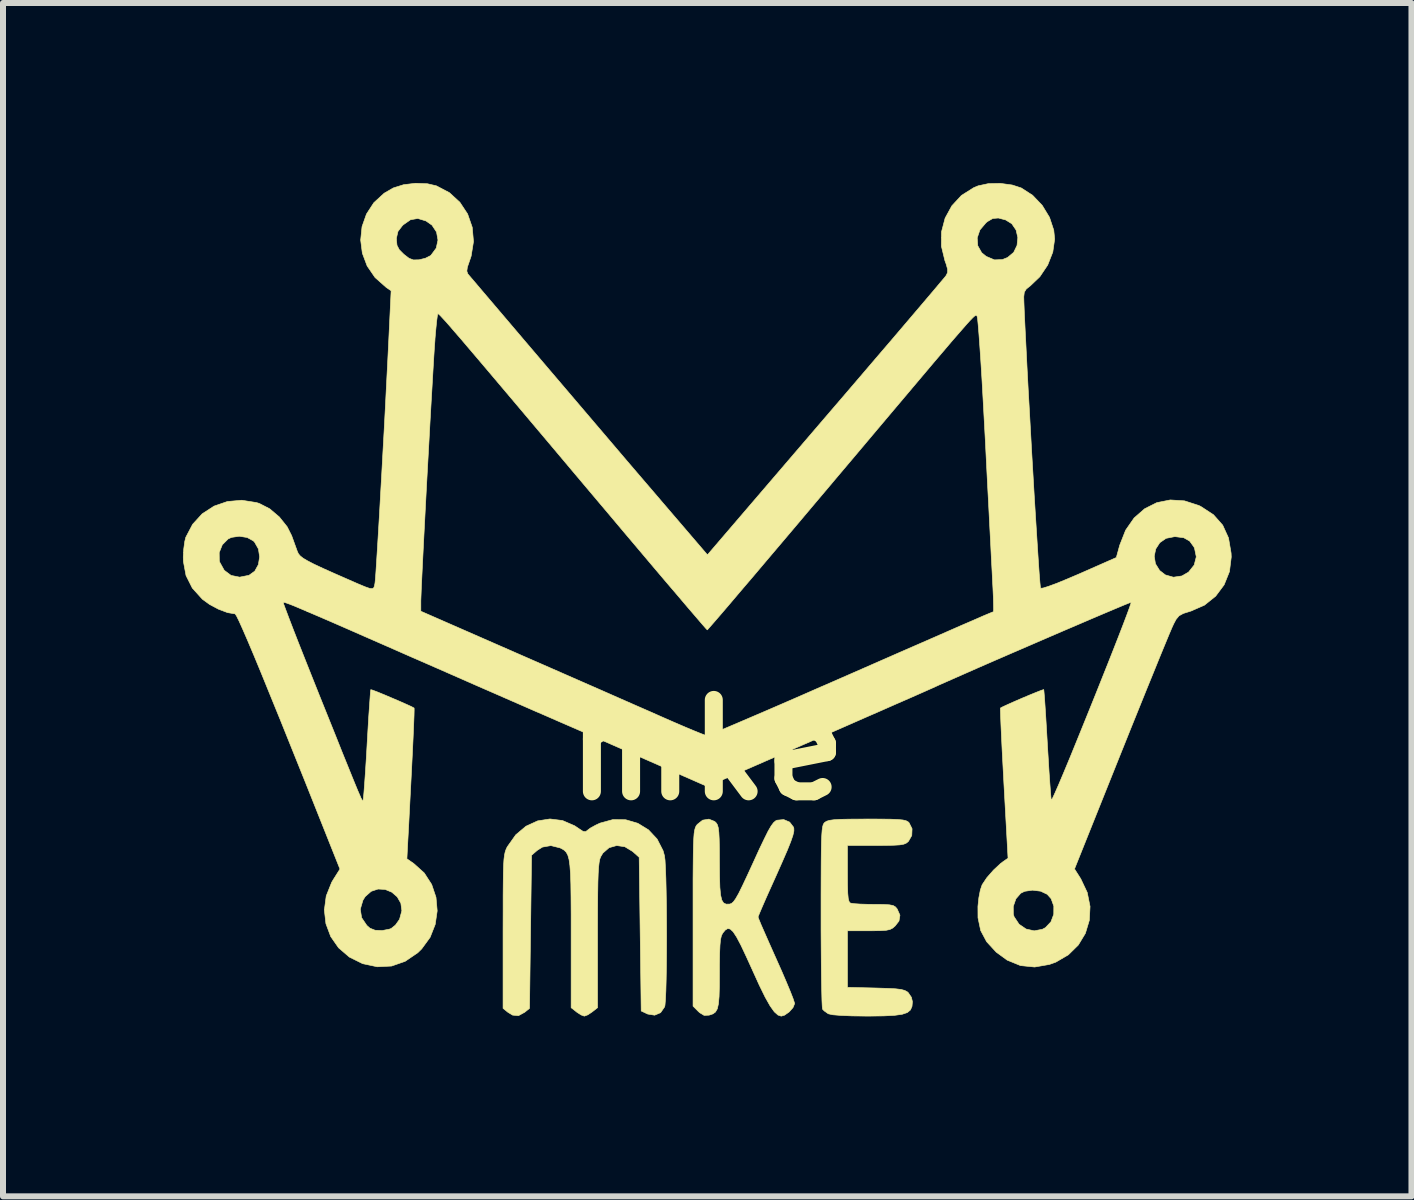
<source format=kicad_pcb>
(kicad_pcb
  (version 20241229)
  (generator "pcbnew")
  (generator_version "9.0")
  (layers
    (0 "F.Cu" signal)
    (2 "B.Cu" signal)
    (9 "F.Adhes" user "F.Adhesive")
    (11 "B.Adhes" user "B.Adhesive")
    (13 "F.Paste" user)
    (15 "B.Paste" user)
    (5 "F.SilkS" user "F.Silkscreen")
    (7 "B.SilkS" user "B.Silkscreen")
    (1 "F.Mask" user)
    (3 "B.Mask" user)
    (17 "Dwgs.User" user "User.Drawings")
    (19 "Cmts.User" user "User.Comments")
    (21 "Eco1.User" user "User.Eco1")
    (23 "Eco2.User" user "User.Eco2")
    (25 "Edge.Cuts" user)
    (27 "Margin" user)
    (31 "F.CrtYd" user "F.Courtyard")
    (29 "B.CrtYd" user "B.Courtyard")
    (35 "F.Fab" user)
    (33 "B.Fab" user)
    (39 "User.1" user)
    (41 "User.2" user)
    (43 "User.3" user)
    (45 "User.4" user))
  (footprint "mke"
    (layer "F.Cu")
    (at 8.74 9.452)
    (property "Reference" "mke" (at 0 0 0) (layer "F.SilkS") (effects (font (size 1.524 1.524) (thickness 0.3))))
    (attr through_hole)
    (fp_poly (pts (xy 2.891 1.152) (xy 3.059 1.154) (xy 3.179 1.159) (xy 3.261 1.167) (xy 3.313 1.179) (xy 3.347 1.197) (xy 3.364 1.213) (xy 3.414 1.313) (xy 3.409 1.426) (xy 3.353 1.524) (xy 3.32 1.551) (xy 3.277 1.57) (xy 3.211 1.582) (xy 3.111 1.588) (xy 2.965 1.591) (xy 2.811 1.592) (xy 2.337 1.592) (xy 2.337 2.062) (xy 2.338 2.254) (xy 2.342 2.388) (xy 2.35 2.475) (xy 2.363 2.525) (xy 2.382 2.549) (xy 2.39 2.553) (xy 2.446 2.562) (xy 2.552 2.569) (xy 2.69 2.573) (xy 2.778 2.574) (xy 2.933 2.575) (xy 3.035 2.581) (xy 3.098 2.593) (xy 3.137 2.616) (xy 3.165 2.649) (xy 3.212 2.754) (xy 3.196 2.851) (xy 3.134 2.931) (xy 3.092 2.968) (xy 3.046 2.992) (xy 2.981 3.006) (xy 2.881 3.012) (xy 2.732 3.014) (xy 2.694 3.014) (xy 2.337 3.014) (xy 2.337 3.957) (xy 2.807 3.968) (xy 3 3.974) (xy 3.138 3.981) (xy 3.231 3.992) (xy 3.293 4.009) (xy 3.335 4.032) (xy 3.349 4.044) (xy 3.403 4.123) (xy 3.42 4.196) (xy 3.413 4.274) (xy 3.387 4.334) (xy 3.335 4.377) (xy 3.249 4.406) (xy 3.12 4.424) (xy 2.941 4.433) (xy 2.704 4.436) (xy 2.652 4.436) (xy 2.413 4.433) (xy 2.224 4.425) (xy 2.091 4.414) (xy 2.019 4.398) (xy 2.015 4.396) (xy 1.95 4.35) (xy 1.922 4.321) (xy 1.917 4.28) (xy 1.912 4.179) (xy 1.908 4.024) (xy 1.904 3.822) (xy 1.901 3.581) (xy 1.899 3.307) (xy 1.897 3.007) (xy 1.897 2.774) (xy 1.897 2.414) (xy 1.898 2.115) (xy 1.899 1.872) (xy 1.901 1.679) (xy 1.904 1.529) (xy 1.909 1.417) (xy 1.915 1.336) (xy 1.923 1.281) (xy 1.933 1.244) (xy 1.946 1.221) (xy 1.958 1.208) (xy 1.989 1.188) (xy 2.036 1.173) (xy 2.11 1.163) (xy 2.219 1.156) (xy 2.374 1.153) (xy 2.584 1.152) (xy 2.664 1.151) (xy 2.891 1.152)) (stroke (width 0.01) (type solid)) (fill yes) (layer "F.SilkS"))
    (fp_poly (pts (xy -2.413 1.176) (xy -2.21 1.264) (xy -2.145 1.308) (xy -2.072 1.356) (xy -2.027 1.362) (xy -2 1.341) (xy -1.949 1.302) (xy -1.858 1.252) (xy -1.787 1.219) (xy -1.572 1.16) (xy -1.359 1.163) (xy -1.158 1.222) (xy -0.98 1.331) (xy -0.836 1.485) (xy -0.737 1.678) (xy -0.714 1.761) (xy -0.704 1.836) (xy -0.697 1.966) (xy -0.69 2.141) (xy -0.685 2.352) (xy -0.681 2.59) (xy -0.679 2.843) (xy -0.678 3.104) (xy -0.679 3.361) (xy -0.681 3.604) (xy -0.685 3.826) (xy -0.69 4.014) (xy -0.697 4.161) (xy -0.705 4.255) (xy -0.711 4.282) (xy -0.778 4.379) (xy -0.877 4.421) (xy -0.993 4.402) (xy -1.004 4.397) (xy -1.101 4.351) (xy -1.118 3.07) (xy -1.135 1.789) (xy -1.245 1.691) (xy -1.374 1.613) (xy -1.51 1.593) (xy -1.637 1.629) (xy -1.74 1.719) (xy -1.776 1.779) (xy -1.791 1.818) (xy -1.802 1.873) (xy -1.811 1.951) (xy -1.818 2.059) (xy -1.823 2.204) (xy -1.826 2.392) (xy -1.828 2.632) (xy -1.829 2.928) (xy -1.829 3.093) (xy -1.829 4.296) (xy -1.918 4.366) (xy -1.991 4.415) (xy -2.047 4.436) (xy -2.049 4.437) (xy -2.103 4.417) (xy -2.176 4.37) (xy -2.18 4.366) (xy -2.269 4.296) (xy -2.269 3.078) (xy -2.269 2.738) (xy -2.271 2.46) (xy -2.274 2.236) (xy -2.28 2.06) (xy -2.29 1.926) (xy -2.304 1.826) (xy -2.324 1.755) (xy -2.35 1.706) (xy -2.383 1.672) (xy -2.423 1.647) (xy -2.454 1.632) (xy -2.607 1.594) (xy -2.748 1.619) (xy -2.834 1.673) (xy -2.929 1.755) (xy -2.946 3.031) (xy -2.963 4.307) (xy -3.043 4.372) (xy -3.147 4.429) (xy -3.245 4.42) (xy -3.324 4.372) (xy -3.404 4.307) (xy -3.404 3.026) (xy -3.403 2.697) (xy -3.403 2.429) (xy -3.401 2.214) (xy -3.399 2.046) (xy -3.395 1.918) (xy -3.389 1.822) (xy -3.38 1.752) (xy -3.369 1.7) (xy -3.355 1.659) (xy -3.338 1.622) (xy -3.33 1.609) (xy -3.192 1.414) (xy -3.022 1.271) (xy -2.828 1.182) (xy -2.622 1.15) (xy -2.413 1.176)) (stroke (width 0.01) (type solid)) (fill yes) (layer "F.SilkS"))
    (fp_poly (pts (xy 0.123 1.191) (xy 0.147 1.213) (xy 0.168 1.245) (xy 0.183 1.295) (xy 0.193 1.372) (xy 0.199 1.486) (xy 0.202 1.649) (xy 0.203 1.867) (xy 0.205 2.108) (xy 0.21 2.288) (xy 0.222 2.417) (xy 0.242 2.502) (xy 0.272 2.55) (xy 0.314 2.57) (xy 0.369 2.569) (xy 0.374 2.569) (xy 0.405 2.558) (xy 0.437 2.53) (xy 0.475 2.477) (xy 0.524 2.391) (xy 0.586 2.265) (xy 0.668 2.091) (xy 0.765 1.88) (xy 0.869 1.652) (xy 0.952 1.479) (xy 1.015 1.352) (xy 1.065 1.266) (xy 1.106 1.211) (xy 1.141 1.181) (xy 1.162 1.171) (xy 1.274 1.16) (xy 1.373 1.202) (xy 1.436 1.284) (xy 1.443 1.305) (xy 1.444 1.351) (xy 1.428 1.422) (xy 1.392 1.527) (xy 1.334 1.672) (xy 1.25 1.865) (xy 1.156 2.077) (xy 1.066 2.277) (xy 0.986 2.455) (xy 0.921 2.604) (xy 0.874 2.714) (xy 0.849 2.776) (xy 0.847 2.785) (xy 0.86 2.822) (xy 0.897 2.912) (xy 0.955 3.044) (xy 1.028 3.21) (xy 1.113 3.401) (xy 1.151 3.486) (xy 1.241 3.688) (xy 1.32 3.872) (xy 1.385 4.028) (xy 1.431 4.146) (xy 1.454 4.217) (xy 1.456 4.229) (xy 1.429 4.295) (xy 1.365 4.367) (xy 1.288 4.421) (xy 1.233 4.437) (xy 1.179 4.419) (xy 1.118 4.365) (xy 1.048 4.267) (xy 0.965 4.12) (xy 0.867 3.92) (xy 0.763 3.691) (xy 0.651 3.445) (xy 0.562 3.256) (xy 0.49 3.12) (xy 0.432 3.031) (xy 0.383 2.985) (xy 0.341 2.977) (xy 0.3 3.002) (xy 0.257 3.054) (xy 0.256 3.056) (xy 0.236 3.096) (xy 0.221 3.16) (xy 0.212 3.256) (xy 0.206 3.394) (xy 0.203 3.584) (xy 0.203 3.709) (xy 0.202 3.939) (xy 0.197 4.111) (xy 0.186 4.233) (xy 0.167 4.316) (xy 0.137 4.368) (xy 0.095 4.399) (xy 0.036 4.419) (xy 0.027 4.421) (xy -0.053 4.424) (xy -0.127 4.379) (xy -0.151 4.357) (xy -0.237 4.27) (xy -0.237 2.8) (xy -0.237 2.446) (xy -0.237 2.153) (xy -0.235 1.916) (xy -0.233 1.727) (xy -0.23 1.581) (xy -0.225 1.471) (xy -0.219 1.391) (xy -0.21 1.335) (xy -0.199 1.295) (xy -0.186 1.267) (xy -0.169 1.244) (xy -0.167 1.241) (xy -0.077 1.17) (xy 0.027 1.153) (xy 0.123 1.191)) (stroke (width 0.01) (type solid)) (fill yes) (layer "F.SilkS"))
    (fp_poly (pts (xy -4.664 -9.439) (xy -4.515 -9.404) (xy -4.298 -9.29) (xy -4.124 -9.13) (xy -3.995 -8.935) (xy -3.918 -8.713) (xy -3.897 -8.476) (xy -3.936 -8.233) (xy -3.962 -8.156) (xy -3.999 -8.049) (xy -4.008 -7.983) (xy -3.993 -7.939) (xy -3.984 -7.927) (xy -3.954 -7.892) (xy -3.884 -7.81) (xy -3.779 -7.686) (xy -3.642 -7.525) (xy -3.477 -7.331) (xy -3.288 -7.109) (xy -3.08 -6.864) (xy -2.856 -6.601) (xy -2.657 -6.367) (xy -2.396 -6.061) (xy -2.127 -5.745) (xy -1.857 -5.428) (xy -1.592 -5.117) (xy -1.341 -4.822) (xy -1.109 -4.551) (xy -0.904 -4.312) (xy -0.734 -4.113) (xy -0.686 -4.057) (xy 0.003 -3.253) (xy 1.969 -5.547) (xy 2.261 -5.887) (xy 2.541 -6.214) (xy 2.805 -6.523) (xy 3.051 -6.81) (xy 3.275 -7.073) (xy 3.474 -7.307) (xy 3.645 -7.508) (xy 3.785 -7.673) (xy 3.889 -7.797) (xy 3.957 -7.877) (xy 3.982 -7.909) (xy 4.006 -7.959) (xy 4.006 -8.016) (xy 3.981 -8.104) (xy 3.962 -8.155) (xy 3.903 -8.398) (xy 3.904 -8.537) (xy 4.5 -8.537) (xy 4.509 -8.406) (xy 4.574 -8.29) (xy 4.65 -8.228) (xy 4.787 -8.17) (xy 4.919 -8.175) (xy 5.007 -8.21) (xy 5.108 -8.295) (xy 5.164 -8.411) (xy 5.177 -8.541) (xy 5.148 -8.667) (xy 5.077 -8.772) (xy 4.974 -8.836) (xy 4.852 -8.868) (xy 4.759 -8.86) (xy 4.67 -8.808) (xy 4.646 -8.788) (xy 4.545 -8.669) (xy 4.5 -8.537) (xy 3.904 -8.537) (xy 3.905 -8.638) (xy 3.965 -8.866) (xy 4.077 -9.071) (xy 4.237 -9.244) (xy 4.441 -9.373) (xy 4.515 -9.404) (xy 4.686 -9.441) (xy 4.886 -9.445) (xy 5.084 -9.418) (xy 5.234 -9.369) (xy 5.423 -9.247) (xy 5.584 -9.078) (xy 5.705 -8.879) (xy 5.776 -8.665) (xy 5.791 -8.517) (xy 5.76 -8.3) (xy 5.675 -8.084) (xy 5.544 -7.889) (xy 5.387 -7.739) (xy 5.318 -7.684) (xy 5.285 -7.631) (xy 5.276 -7.554) (xy 5.278 -7.476) (xy 5.287 -7.251) (xy 5.3 -6.988) (xy 5.315 -6.692) (xy 5.331 -6.37) (xy 5.349 -6.029) (xy 5.369 -5.674) (xy 5.389 -5.312) (xy 5.409 -4.95) (xy 5.43 -4.593) (xy 5.45 -4.249) (xy 5.47 -3.923) (xy 5.489 -3.622) (xy 5.506 -3.353) (xy 5.521 -3.121) (xy 5.534 -2.933) (xy 5.545 -2.796) (xy 5.553 -2.715) (xy 5.556 -2.696) (xy 5.596 -2.699) (xy 5.689 -2.728) (xy 5.828 -2.779) (xy 6.005 -2.852) (xy 6.202 -2.936) (xy 6.819 -3.208) (xy 6.825 -3.23) (xy 7.451 -3.23) (xy 7.471 -3.105) (xy 7.541 -2.992) (xy 7.637 -2.918) (xy 7.771 -2.88) (xy 7.912 -2.901) (xy 8.023 -2.965) (xy 8.117 -3.083) (xy 8.152 -3.22) (xy 8.123 -3.361) (xy 8.114 -3.382) (xy 8.041 -3.483) (xy 7.943 -3.538) (xy 7.802 -3.556) (xy 7.789 -3.556) (xy 7.648 -3.528) (xy 7.543 -3.455) (xy 7.476 -3.351) (xy 7.451 -3.23) (xy 6.825 -3.23) (xy 6.876 -3.415) (xy 6.974 -3.664) (xy 7.115 -3.867) (xy 7.291 -4.021) (xy 7.494 -4.123) (xy 7.718 -4.168) (xy 7.955 -4.153) (xy 8.196 -4.075) (xy 8.228 -4.059) (xy 8.438 -3.922) (xy 8.592 -3.748) (xy 8.689 -3.535) (xy 8.732 -3.283) (xy 8.735 -3.217) (xy 8.705 -2.974) (xy 8.616 -2.753) (xy 8.475 -2.564) (xy 8.288 -2.414) (xy 8.064 -2.316) (xy 8.051 -2.312) (xy 7.936 -2.276) (xy 7.865 -2.237) (xy 7.815 -2.177) (xy 7.775 -2.102) (xy 7.748 -2.043) (xy 7.699 -1.928) (xy 7.63 -1.761) (xy 7.543 -1.55) (xy 7.441 -1.298) (xy 7.325 -1.014) (xy 7.199 -0.702) (xy 7.064 -0.368) (xy 6.924 -0.019) (xy 6.909 0.018) (xy 6.122 1.983) (xy 6.226 2.147) (xy 6.334 2.375) (xy 6.381 2.609) (xy 6.369 2.839) (xy 6.303 3.057) (xy 6.185 3.252) (xy 6.019 3.415) (xy 5.81 3.537) (xy 5.704 3.575) (xy 5.457 3.618) (xy 5.221 3.594) (xy 4.999 3.503) (xy 4.817 3.37) (xy 4.657 3.196) (xy 4.558 3.01) (xy 4.513 2.797) (xy 4.512 2.609) (xy 4.512 2.608) (xy 5.101 2.608) (xy 5.102 2.738) (xy 5.115 2.78) (xy 5.198 2.905) (xy 5.315 2.985) (xy 5.45 3.015) (xy 5.586 2.989) (xy 5.637 2.962) (xy 5.729 2.865) (xy 5.776 2.739) (xy 5.777 2.603) (xy 5.732 2.479) (xy 5.667 2.406) (xy 5.557 2.354) (xy 5.421 2.337) (xy 5.291 2.356) (xy 5.226 2.388) (xy 5.145 2.481) (xy 5.101 2.608) (xy 4.512 2.608) (xy 4.527 2.465) (xy 4.552 2.335) (xy 4.582 2.247) (xy 4.66 2.13) (xy 4.771 2.003) (xy 4.889 1.893) (xy 4.937 1.857) (xy 5.014 1.804) (xy 4.945 0.558) (xy 4.93 0.275) (xy 4.916 0.013) (xy 4.905 -0.218) (xy 4.896 -0.413) (xy 4.89 -0.563) (xy 4.887 -0.661) (xy 4.887 -0.699) (xy 4.887 -0.699) (xy 4.924 -0.719) (xy 5.006 -0.757) (xy 5.118 -0.807) (xy 5.245 -0.862) (xy 5.373 -0.916) (xy 5.486 -0.962) (xy 5.57 -0.995) (xy 5.608 -1.007) (xy 5.609 -1.007) (xy 5.613 -0.972) (xy 5.621 -0.878) (xy 5.631 -0.734) (xy 5.643 -0.549) (xy 5.656 -0.332) (xy 5.67 -0.092) (xy 5.67 -0.087) (xy 5.685 0.154) (xy 5.698 0.372) (xy 5.711 0.558) (xy 5.722 0.703) (xy 5.73 0.799) (xy 5.735 0.836) (xy 5.735 0.836) (xy 5.753 0.81) (xy 5.793 0.724) (xy 5.857 0.579) (xy 5.941 0.38) (xy 6.046 0.128) (xy 6.169 -0.174) (xy 6.311 -0.524) (xy 6.47 -0.918) (xy 6.644 -1.354) (xy 6.67 -1.419) (xy 6.768 -1.667) (xy 6.857 -1.894) (xy 6.934 -2.093) (xy 6.996 -2.257) (xy 7.04 -2.377) (xy 7.063 -2.447) (xy 7.066 -2.462) (xy 7.034 -2.451) (xy 6.947 -2.416) (xy 6.811 -2.359) (xy 6.633 -2.284) (xy 6.421 -2.194) (xy 6.181 -2.091) (xy 5.919 -1.979) (xy 5.643 -1.86) (xy 5.359 -1.737) (xy 5.074 -1.614) (xy 4.795 -1.493) (xy 4.529 -1.377) (xy 4.282 -1.268) (xy 4.062 -1.171) (xy 3.874 -1.088) (xy 3.727 -1.021) (xy 3.708 -1.013) (xy 3.641 -0.983) (xy 3.519 -0.929) (xy 3.349 -0.854) (xy 3.14 -0.763) (xy 2.9 -0.657) (xy 2.634 -0.541) (xy 2.352 -0.417) (xy 2.06 -0.289) (xy 1.766 -0.161) (xy 1.478 -0.035) (xy 1.202 0.085) (xy 0.947 0.196) (xy 0.721 0.295) (xy 0.652 0.325) (xy -0.001 0.608) (xy -1.126 0.114) (xy -1.411 -0.011) (xy -1.699 -0.137) (xy -1.978 -0.26) (xy -2.238 -0.373) (xy -2.466 -0.472) (xy -2.651 -0.553) (xy -2.743 -0.593) (xy -2.871 -0.648) (xy -3.053 -0.728) (xy -3.28 -0.827) (xy -3.545 -0.943) (xy -3.841 -1.072) (xy -4.157 -1.211) (xy -4.487 -1.356) (xy -4.823 -1.503) (xy -4.911 -1.541) (xy -5.329 -1.725) (xy -5.69 -1.883) (xy -5.997 -2.018) (xy -6.256 -2.131) (xy -6.469 -2.223) (xy -6.642 -2.297) (xy -6.778 -2.355) (xy -6.882 -2.399) (xy -6.958 -2.429) (xy -7.011 -2.448) (xy -7.044 -2.459) (xy -7.062 -2.461) (xy -7.068 -2.459) (xy -7.059 -2.426) (xy -7.026 -2.337) (xy -6.973 -2.196) (xy -6.902 -2.011) (xy -6.815 -1.788) (xy -6.714 -1.533) (xy -6.602 -1.251) (xy -6.482 -0.95) (xy -6.473 -0.927) (xy -6.32 -0.547) (xy -6.191 -0.226) (xy -6.084 0.043) (xy -5.995 0.262) (xy -5.924 0.438) (xy -5.868 0.575) (xy -5.826 0.677) (xy -5.794 0.75) (xy -5.773 0.799) (xy -5.758 0.827) (xy -5.749 0.84) (xy -5.743 0.843) (xy -5.739 0.84) (xy -5.738 0.839) (xy -5.732 0.802) (xy -5.723 0.707) (xy -5.712 0.562) (xy -5.699 0.376) (xy -5.685 0.158) (xy -5.671 -0.082) (xy -5.671 -0.086) (xy -5.657 -0.327) (xy -5.644 -0.545) (xy -5.631 -0.73) (xy -5.621 -0.875) (xy -5.614 -0.97) (xy -5.609 -1.006) (xy -5.609 -1.006) (xy -5.577 -0.997) (xy -5.498 -0.967) (xy -5.388 -0.922) (xy -5.261 -0.868) (xy -5.132 -0.813) (xy -5.017 -0.762) (xy -4.931 -0.723) (xy -4.889 -0.7) (xy -4.887 -0.699) (xy -4.886 -0.667) (xy -4.888 -0.576) (xy -4.894 -0.424) (xy -4.903 -0.212) (xy -4.916 0.063) (xy -4.933 0.401) (xy -4.954 0.804) (xy -4.978 1.273) (xy -4.992 1.525) (xy -5.007 1.814) (xy -4.893 1.893) (xy -4.718 2.05) (xy -4.594 2.242) (xy -4.522 2.456) (xy -4.502 2.682) (xy -4.535 2.908) (xy -4.62 3.123) (xy -4.76 3.315) (xy -4.826 3.38) (xy -5.036 3.523) (xy -5.262 3.602) (xy -5.501 3.614) (xy -5.745 3.562) (xy -5.967 3.452) (xy -6.146 3.298) (xy -6.277 3.11) (xy -6.357 2.896) (xy -6.383 2.668) (xy -6.381 2.654) (xy -5.784 2.654) (xy -5.762 2.796) (xy -5.675 2.925) (xy -5.623 2.971) (xy -5.537 3.005) (xy -5.419 3.01) (xy -5.3 2.987) (xy -5.269 2.976) (xy -5.198 2.919) (xy -5.136 2.832) (xy -5.129 2.82) (xy -5.091 2.68) (xy -5.108 2.554) (xy -5.168 2.449) (xy -5.258 2.371) (xy -5.369 2.325) (xy -5.487 2.318) (xy -5.602 2.356) (xy -5.702 2.444) (xy -5.74 2.505) (xy -5.784 2.654) (xy -6.381 2.654) (xy -6.352 2.434) (xy -6.26 2.204) (xy -6.226 2.148) (xy -6.123 1.985) (xy -6.468 1.119) (xy -6.707 0.519) (xy -6.923 -0.018) (xy -7.115 -0.496) (xy -7.285 -0.913) (xy -7.431 -1.272) (xy -7.556 -1.574) (xy -7.66 -1.82) (xy -7.743 -2.011) (xy -7.805 -2.149) (xy -7.847 -2.234) (xy -7.87 -2.268) (xy -7.872 -2.269) (xy -7.997 -2.29) (xy -8.148 -2.347) (xy -8.298 -2.427) (xy -8.355 -2.469) (xy -4.775 -2.469) (xy -4.775 -2.313) (xy -3.124 -1.59) (xy -2.781 -1.44) (xy -2.432 -1.287) (xy -2.088 -1.136) (xy -1.759 -0.992) (xy -1.453 -0.857) (xy -1.18 -0.737) (xy -0.949 -0.636) (xy -0.771 -0.557) (xy -0.762 -0.553) (xy -0.557 -0.463) (xy -0.371 -0.383) (xy -0.213 -0.317) (xy -0.094 -0.269) (xy -0.022 -0.242) (xy -0.007 -0.238) (xy 0.031 -0.251) (xy 0.126 -0.289) (xy 0.272 -0.35) (xy 0.463 -0.431) (xy 0.694 -0.53) (xy 0.96 -0.644) (xy 1.256 -0.772) (xy 1.575 -0.911) (xy 1.912 -1.059) (xy 1.941 -1.071) (xy 2.423 -1.282) (xy 2.847 -1.468) (xy 3.216 -1.63) (xy 3.535 -1.769) (xy 3.807 -1.888) (xy 4.035 -1.988) (xy 4.224 -2.071) (xy 4.377 -2.137) (xy 4.499 -2.19) (xy 4.592 -2.231) (xy 4.661 -2.26) (xy 4.709 -2.28) (xy 4.74 -2.293) (xy 4.758 -2.3) (xy 4.767 -2.303) (xy 4.769 -2.303) (xy 4.773 -2.335) (xy 4.772 -2.421) (xy 4.769 -2.548) (xy 4.762 -2.701) (xy 4.756 -2.808) (xy 4.748 -2.975) (xy 4.736 -3.195) (xy 4.723 -3.46) (xy 4.707 -3.763) (xy 4.69 -4.097) (xy 4.671 -4.453) (xy 4.652 -4.826) (xy 4.636 -5.148) (xy 4.616 -5.514) (xy 4.597 -5.861) (xy 4.579 -6.182) (xy 4.561 -6.471) (xy 4.544 -6.722) (xy 4.529 -6.93) (xy 4.516 -7.087) (xy 4.506 -7.19) (xy 4.498 -7.23) (xy 4.498 -7.231) (xy 4.492 -7.238) (xy 4.488 -7.244) (xy 4.481 -7.247) (xy 4.47 -7.243) (xy 4.452 -7.23) (xy 4.424 -7.204) (xy 4.385 -7.164) (xy 4.332 -7.106) (xy 4.263 -7.027) (xy 4.174 -6.925) (xy 4.063 -6.797) (xy 3.929 -6.639) (xy 3.768 -6.45) (xy 3.579 -6.226) (xy 3.358 -5.964) (xy 3.103 -5.662) (xy 2.812 -5.317) (xy 2.483 -4.926) (xy 2.112 -4.487) (xy 2.093 -4.464) (xy 1.795 -4.111) (xy 1.511 -3.774) (xy 1.241 -3.455) (xy 0.99 -3.159) (xy 0.761 -2.888) (xy 0.555 -2.647) (xy 0.378 -2.438) (xy 0.231 -2.266) (xy 0.117 -2.134) (xy 0.04 -2.046) (xy 0.003 -2.004) (xy 0 -2.002) (xy -0.024 -2.027) (xy -0.088 -2.1) (xy -0.189 -2.218) (xy -0.325 -2.376) (xy -0.49 -2.571) (xy -0.684 -2.798) (xy -0.901 -3.054) (xy -1.139 -3.336) (xy -1.395 -3.639) (xy -1.665 -3.96) (xy -1.829 -4.154) (xy -2.226 -4.625) (xy -2.581 -5.047) (xy -2.898 -5.423) (xy -3.177 -5.754) (xy -3.422 -6.044) (xy -3.635 -6.296) (xy -3.818 -6.512) (xy -3.973 -6.694) (xy -4.102 -6.846) (xy -4.209 -6.969) (xy -4.294 -7.068) (xy -4.36 -7.143) (xy -4.411 -7.198) (xy -4.446 -7.236) (xy -4.47 -7.259) (xy -4.485 -7.27) (xy -4.491 -7.272) (xy -4.492 -7.271) (xy -4.5 -7.233) (xy -4.512 -7.141) (xy -4.525 -7.009) (xy -4.539 -6.849) (xy -4.539 -6.837) (xy -4.548 -6.717) (xy -4.559 -6.544) (xy -4.572 -6.324) (xy -4.587 -6.065) (xy -4.604 -5.774) (xy -4.622 -5.458) (xy -4.64 -5.125) (xy -4.659 -4.783) (xy -4.678 -4.438) (xy -4.696 -4.099) (xy -4.713 -3.772) (xy -4.729 -3.465) (xy -4.743 -3.186) (xy -4.755 -2.941) (xy -4.765 -2.739) (xy -4.771 -2.586) (xy -4.775 -2.49) (xy -4.775 -2.469) (xy -8.355 -2.469) (xy -8.416 -2.513) (xy -8.584 -2.699) (xy -8.689 -2.908) (xy -8.733 -3.144) (xy -8.735 -3.217) (xy -8.731 -3.291) (xy -8.136 -3.291) (xy -8.134 -3.154) (xy -8.128 -3.132) (xy -8.052 -2.995) (xy -7.938 -2.91) (xy -7.795 -2.881) (xy -7.639 -2.912) (xy -7.543 -2.981) (xy -7.483 -3.09) (xy -7.462 -3.219) (xy -7.482 -3.351) (xy -7.546 -3.464) (xy -7.566 -3.485) (xy -7.669 -3.542) (xy -7.801 -3.563) (xy -7.931 -3.544) (xy -7.987 -3.518) (xy -8.084 -3.421) (xy -8.136 -3.291) (xy -8.731 -3.291) (xy -8.727 -3.352) (xy -8.71 -3.476) (xy -8.693 -3.545) (xy -8.579 -3.762) (xy -8.419 -3.937) (xy -8.222 -4.065) (xy -7.999 -4.142) (xy -7.76 -4.163) (xy -7.513 -4.124) (xy -7.466 -4.109) (xy -7.295 -4.021) (xy -7.134 -3.885) (xy -7.003 -3.721) (xy -6.928 -3.572) (xy -6.885 -3.453) (xy -6.846 -3.345) (xy -6.832 -3.306) (xy -6.814 -3.269) (xy -6.784 -3.234) (xy -6.736 -3.196) (xy -6.661 -3.152) (xy -6.553 -3.096) (xy -6.403 -3.026) (xy -6.204 -2.937) (xy -5.994 -2.845) (xy -5.823 -2.77) (xy -5.703 -2.72) (xy -5.626 -2.693) (xy -5.58 -2.69) (xy -5.557 -2.707) (xy -5.546 -2.744) (xy -5.539 -2.782) (xy -5.533 -2.839) (xy -5.524 -2.958) (xy -5.513 -3.131) (xy -5.499 -3.353) (xy -5.483 -3.616) (xy -5.465 -3.915) (xy -5.447 -4.243) (xy -5.427 -4.593) (xy -5.407 -4.96) (xy -5.386 -5.336) (xy -5.366 -5.715) (xy -5.347 -6.091) (xy -5.328 -6.458) (xy -5.311 -6.799) (xy -5.27 -7.655) (xy -5.353 -7.712) (xy -5.538 -7.876) (xy -5.67 -8.069) (xy -5.75 -8.282) (xy -5.778 -8.503) (xy -5.777 -8.507) (xy -5.182 -8.507) (xy -5.172 -8.412) (xy -5.134 -8.339) (xy -5.058 -8.263) (xy -4.971 -8.196) (xy -4.899 -8.169) (xy -4.811 -8.171) (xy -4.801 -8.172) (xy -4.697 -8.198) (xy -4.614 -8.24) (xy -4.605 -8.248) (xy -4.518 -8.366) (xy -4.489 -8.5) (xy -4.513 -8.634) (xy -4.589 -8.749) (xy -4.689 -8.819) (xy -4.825 -8.86) (xy -4.947 -8.839) (xy -5.067 -8.755) (xy -5.084 -8.738) (xy -5.156 -8.644) (xy -5.181 -8.535) (xy -5.182 -8.507) (xy -5.777 -8.507) (xy -5.755 -8.724) (xy -5.681 -8.934) (xy -5.558 -9.123) (xy -5.386 -9.281) (xy -5.234 -9.369) (xy -5.062 -9.423) (xy -4.862 -9.447) (xy -4.664 -9.439)) (stroke (width 0.01) (type solid)) (fill yes) (layer "F.SilkS")))
  (gr_rect
    (start -3 -3)
    (end 20.479 16.893)
    (stroke (width 0.1) (type default))
    (fill no)
    (layer "Edge.Cuts")))
</source>
